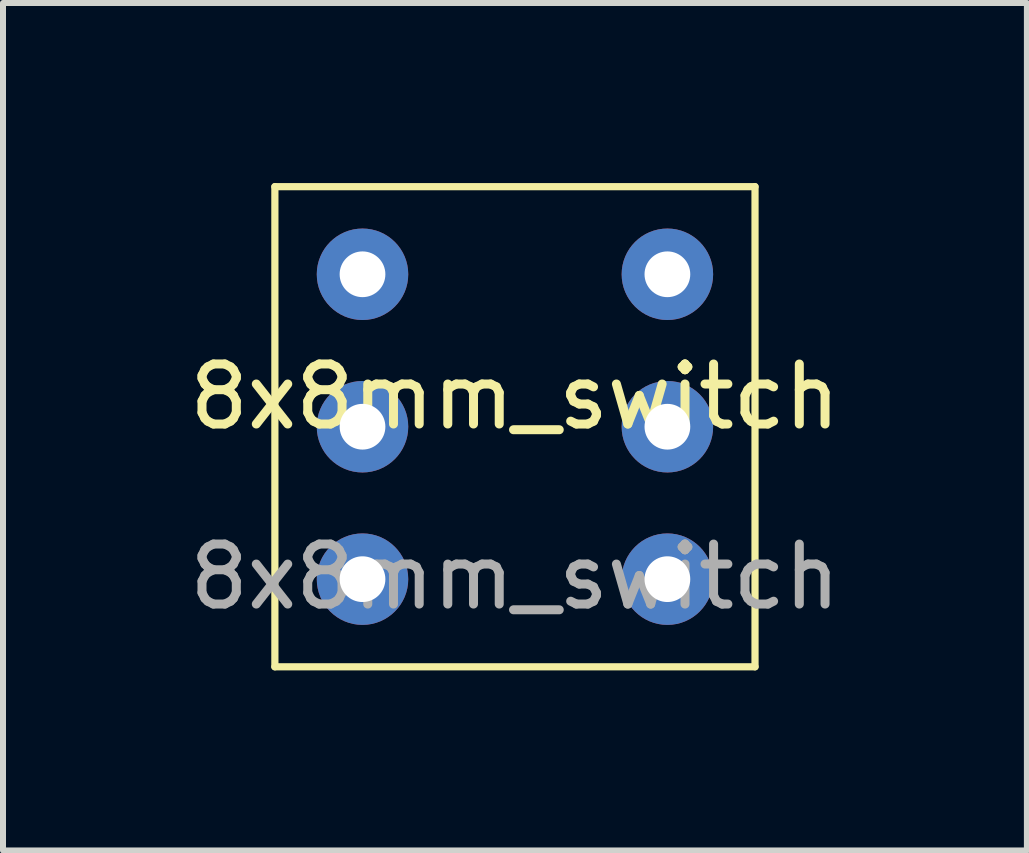
<source format=kicad_pcb>
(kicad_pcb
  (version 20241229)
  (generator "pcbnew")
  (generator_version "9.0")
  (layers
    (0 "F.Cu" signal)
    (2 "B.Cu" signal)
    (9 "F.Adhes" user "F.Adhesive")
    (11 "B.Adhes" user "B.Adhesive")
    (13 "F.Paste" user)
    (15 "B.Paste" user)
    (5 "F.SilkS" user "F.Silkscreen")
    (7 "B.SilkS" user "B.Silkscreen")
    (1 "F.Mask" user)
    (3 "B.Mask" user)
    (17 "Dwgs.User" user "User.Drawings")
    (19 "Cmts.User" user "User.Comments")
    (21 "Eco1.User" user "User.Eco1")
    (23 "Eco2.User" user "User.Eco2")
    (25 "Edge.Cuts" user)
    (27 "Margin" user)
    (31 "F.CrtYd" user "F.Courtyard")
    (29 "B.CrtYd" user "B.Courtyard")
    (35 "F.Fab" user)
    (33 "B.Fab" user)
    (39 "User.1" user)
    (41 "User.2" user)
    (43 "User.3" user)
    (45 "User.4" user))
  (footprint "8x8mm_switch"
    (layer "F.Cu")
    (at 5.53 4.06)
    (property "Reference" "8x8mm_switch" (at 0 -0.5 0) (unlocked yes) (layer "F.SilkS") (effects (font (size 1 1) (thickness 0.15))))
    (attr through_hole)
    (fp_line (start -4 -4) (end 4 -4) (stroke (width 0.12) (type solid)) (layer "F.SilkS"))
    (fp_line (start -4 4) (end -4 -4) (stroke (width 0.12) (type solid)) (layer "F.SilkS"))
    (fp_line (start 4 -4) (end 4 4) (stroke (width 0.12) (type solid)) (layer "F.SilkS"))
    (fp_line (start 4 4) (end -4 4) (stroke (width 0.12) (type solid)) (layer "F.SilkS"))
    (fp_text user "${REFERENCE}" (at 0 2.5 0) (unlocked yes) (layer "F.Fab") (effects (font (size 1 1) (thickness 0.15))))
    (pad "1" thru_hole circle (at -2.54 -2.54) (size 1.524 1.524) (drill 0.762) (layers "*.Cu" "*.Mask"))
    (pad "2" thru_hole circle (at -2.54 0) (size 1.524 1.524) (drill 0.762) (layers "*.Cu" "*.Mask"))
    (pad "3" thru_hole circle (at -2.54 2.54) (size 1.524 1.524) (drill 0.762) (layers "*.Cu" "*.Mask"))
    (pad "4" thru_hole circle (at 2.54 2.54) (size 1.524 1.524) (drill 0.762) (layers "*.Cu" "*.Mask"))
    (pad "5" thru_hole circle (at 2.54 0) (size 1.524 1.524) (drill 0.762) (layers "*.Cu" "*.Mask"))
    (pad "6" thru_hole circle (at 2.54 -2.54) (size 1.524 1.524) (drill 0.762) (layers "*.Cu" "*.Mask")))
  (gr_rect
    (start -3 -3)
    (end 14.06 11.12)
    (stroke (width 0.1) (type default))
    (fill no)
    (layer "Edge.Cuts")))
</source>
